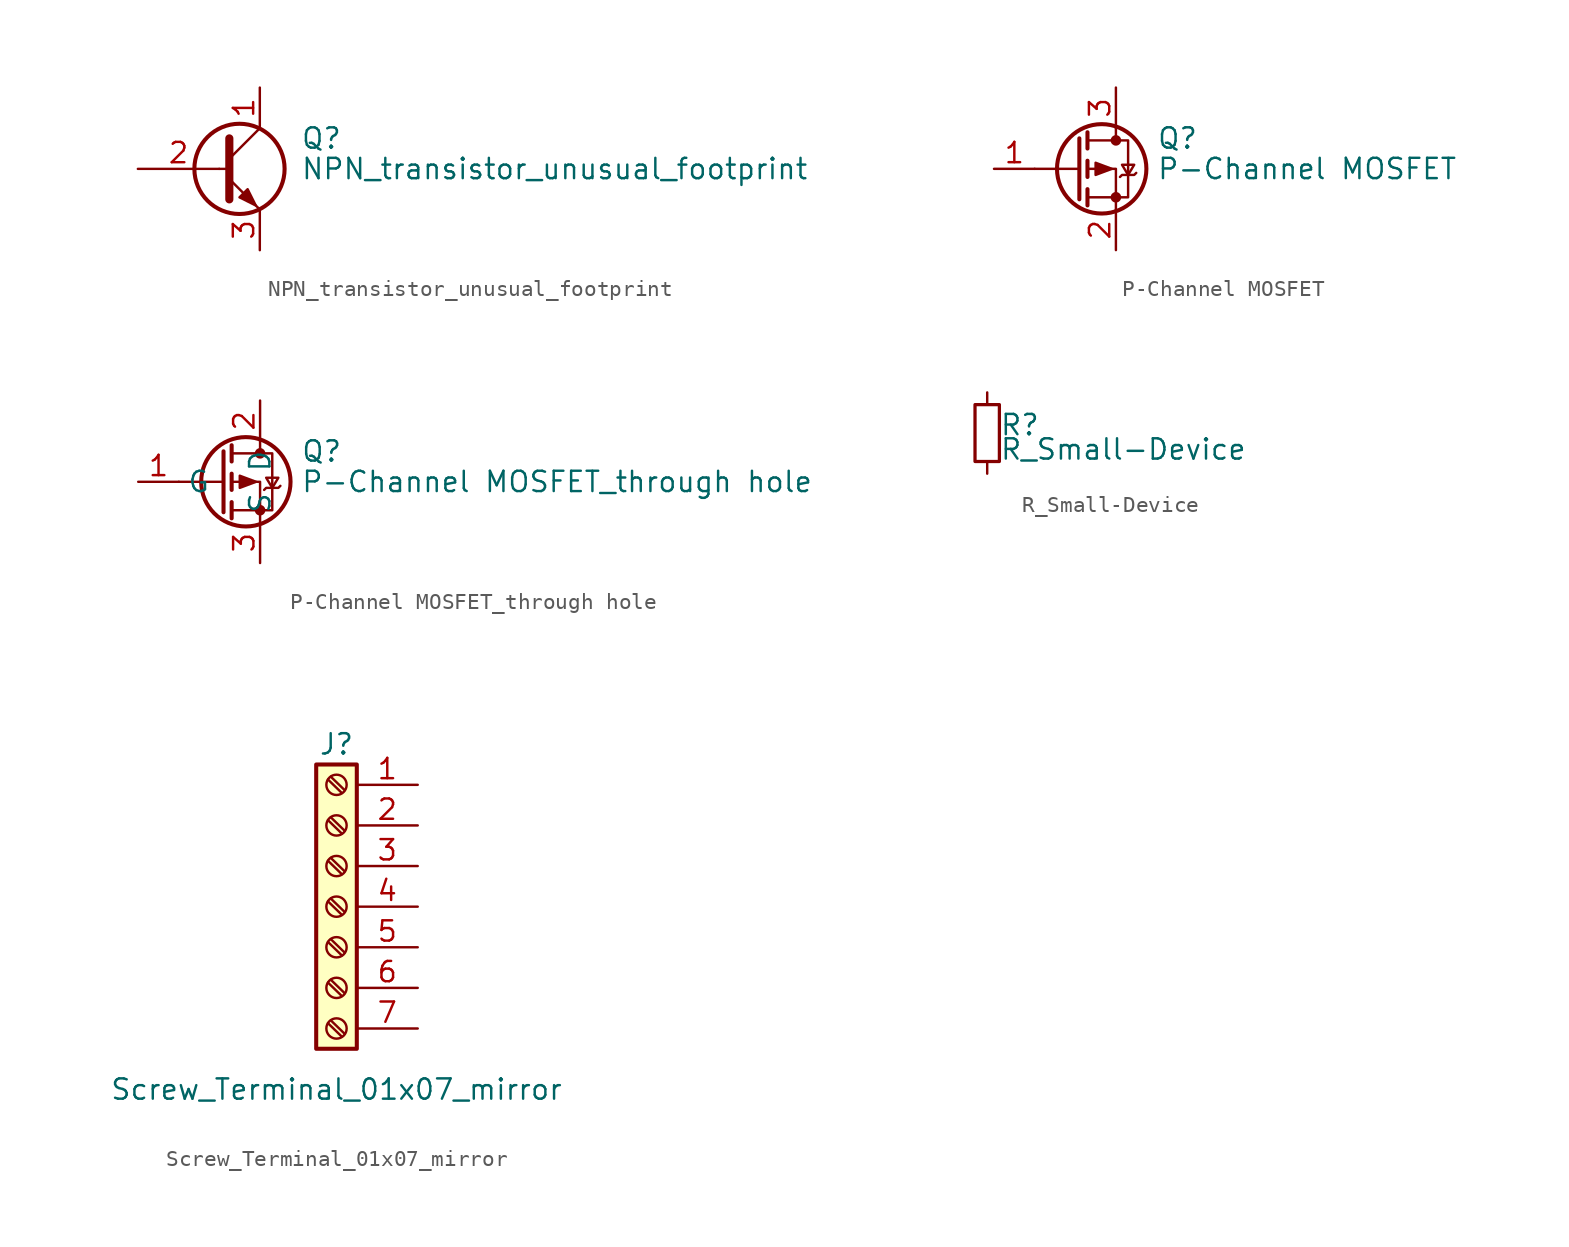
<source format=kicad_sym>
(kicad_symbol_lib
  (version 20211014)
  (generator kicad_symbol_editor)
  (symbol "NPN_transistor_unusual_footprint"
    (pin_names
      (offset 0) hide)
    (property "Reference" "Q"
      (at 5.08 1.905 0)
      (effects (font (size 1.27 1.27)) (justify left)))
    (property "Value" "NPN_transistor_unusual_footprint"
      (at 5.08 0 0)
      (effects (font (size 1.27 1.27)) (justify left)))
    (symbol "NPN_transistor_unusual_footprint_0_1"
      (polyline (pts (xy 0 0) (xy 0.635 0)) (stroke (width 0) (type default) (color 0 0 0 0)) (fill (type none)))
      (polyline (pts (xy 0.635 0.635) (xy 2.54 2.54)) (stroke (width 0) (type default) (color 0 0 0 0)) (fill (type none)))
      (polyline (pts (xy 0.635 -0.635) (xy 2.54 -2.54) (xy 2.54 -2.54)) (stroke (width 0) (type default) (color 0 0 0 0)) (fill (type none)))
      (polyline (pts (xy 0.635 1.905) (xy 0.635 -1.905) (xy 0.635 -1.905)) (stroke (width 0.508) (type default) (color 0 0 0 0)) (fill (type none)))
      (polyline (pts (xy 1.27 -1.778) (xy 1.778 -1.27) (xy 2.286 -2.286) (xy 1.27 -1.778) (xy 1.27 -1.778)) (stroke (width 0) (type default) (color 0 0 0 0)) (fill (type outline)))
      (circle (center 1.27 0) (radius 2.819) (stroke (width 0.254) (type default) (color 0 0 0 0)) (fill (type none))))
    (symbol "NPN_transistor_unusual_footprint_1_1"
      (pin passive line (at 2.54 5.08 270) (length 2.54) (name "C" (effects (font (size 1.27 1.27)))) (number "1" (effects (font (size 1.27 1.27)))))
      (pin input line (at -5.08 0 0) (length 5.08) (name "B" (effects (font (size 1.27 1.27)))) (number "2" (effects (font (size 1.27 1.27)))))
      (pin passive line (at 2.54 -5.08 90) (length 2.54) (name "E" (effects (font (size 1.27 1.27)))) (number "3" (effects (font (size 1.27 1.27)))))))
  (symbol "P-Channel MOSFET"
    (pin_names hide)
    (property "Reference" "Q"
      (at 5.08 1.905 0)
      (effects (font (size 1.27 1.27)) (justify left)))
    (property "Value" "P-Channel MOSFET"
      (at 5.08 0 0)
      (effects (font (size 1.27 1.27)) (justify left)))
    (symbol "P-Channel MOSFET_0_1"
      (polyline (pts (xy 0.254 0) (xy -2.54 0)) (stroke (width 0) (type default) (color 0 0 0 0)) (fill (type none)))
      (polyline (pts (xy 0.254 1.905) (xy 0.254 -1.905)) (stroke (width 0.254) (type default) (color 0 0 0 0)) (fill (type none)))
      (polyline (pts (xy 0.762 -1.27) (xy 0.762 -2.286)) (stroke (width 0.254) (type default) (color 0 0 0 0)) (fill (type none)))
      (polyline (pts (xy 0.762 0.508) (xy 0.762 -0.508)) (stroke (width 0.254) (type default) (color 0 0 0 0)) (fill (type none)))
      (polyline (pts (xy 0.762 2.286) (xy 0.762 1.27)) (stroke (width 0.254) (type default) (color 0 0 0 0)) (fill (type none)))
      (polyline (pts (xy 2.54 2.54) (xy 2.54 1.778)) (stroke (width 0) (type default) (color 0 0 0 0)) (fill (type none)))
      (polyline (pts (xy 2.54 -2.54) (xy 2.54 0) (xy 0.762 0)) (stroke (width 0) (type default) (color 0 0 0 0)) (fill (type none)))
      (polyline (pts (xy 0.762 1.778) (xy 3.302 1.778) (xy 3.302 -1.778) (xy 0.762 -1.778)) (stroke (width 0) (type default) (color 0 0 0 0)) (fill (type none)))
      (polyline (pts (xy 2.286 0) (xy 1.27 0.381) (xy 1.27 -0.381) (xy 2.286 0)) (stroke (width 0) (type default) (color 0 0 0 0)) (fill (type outline)))
      (polyline (pts (xy 2.794 -0.508) (xy 2.921 -0.381) (xy 3.683 -0.381) (xy 3.81 -0.254)) (stroke (width 0) (type default) (color 0 0 0 0)) (fill (type none)))
      (polyline (pts (xy 3.302 -0.381) (xy 2.921 0.254) (xy 3.683 0.254) (xy 3.302 -0.381)) (stroke (width 0) (type default) (color 0 0 0 0)) (fill (type none)))
      (circle (center 1.651 0) (radius 2.794) (stroke (width 0.254) (type default) (color 0 0 0 0)) (fill (type none)))
      (circle (center 2.54 -1.778) (radius 0.254) (stroke (width 0) (type default) (color 0 0 0 0)) (fill (type outline)))
      (circle (center 2.54 1.778) (radius 0.254) (stroke (width 0) (type default) (color 0 0 0 0)) (fill (type outline))))
    (symbol "P-Channel MOSFET_1_1"
      (pin input line (at -5.08 0 0) (length 2.54) (name "G" (effects (font (size 1.27 1.27)))) (number "1" (effects (font (size 1.27 1.27)))))
      (pin passive line (at 2.54 -5.08 90) (length 2.54) (name "S" (effects (font (size 1.27 1.27)))) (number "2" (effects (font (size 1.27 1.27)))))
      (pin passive line (at 2.54 5.08 270) (length 2.54) (name "D" (effects (font (size 1.27 1.27)))) (number "3" (effects (font (size 1.27 1.27)))))))
  (symbol "P-Channel MOSFET_through hole"
    (property "Reference" "Q"
      (at 5.08 1.905 0)
      (effects (font (size 1.27 1.27)) (justify left)))
    (property "Value" "P-Channel MOSFET_through hole"
      (at 5.08 0 0)
      (effects (font (size 1.27 1.27)) (justify left)))
    (symbol "P-Channel MOSFET_through hole_0_1"
      (polyline (pts (xy 0.254 0) (xy -2.54 0)) (stroke (width 0) (type default) (color 0 0 0 0)) (fill (type none)))
      (polyline (pts (xy 0.254 1.905) (xy 0.254 -1.905)) (stroke (width 0.254) (type default) (color 0 0 0 0)) (fill (type none)))
      (polyline (pts (xy 0.762 -1.27) (xy 0.762 -2.286)) (stroke (width 0.254) (type default) (color 0 0 0 0)) (fill (type none)))
      (polyline (pts (xy 0.762 0.508) (xy 0.762 -0.508)) (stroke (width 0.254) (type default) (color 0 0 0 0)) (fill (type none)))
      (polyline (pts (xy 0.762 2.286) (xy 0.762 1.27)) (stroke (width 0.254) (type default) (color 0 0 0 0)) (fill (type none)))
      (polyline (pts (xy 2.54 2.54) (xy 2.54 1.778)) (stroke (width 0) (type default) (color 0 0 0 0)) (fill (type none)))
      (polyline (pts (xy 2.54 -2.54) (xy 2.54 0) (xy 0.762 0)) (stroke (width 0) (type default) (color 0 0 0 0)) (fill (type none)))
      (polyline (pts (xy 0.762 1.778) (xy 3.302 1.778) (xy 3.302 -1.778) (xy 0.762 -1.778)) (stroke (width 0) (type default) (color 0 0 0 0)) (fill (type none)))
      (polyline (pts (xy 2.286 0) (xy 1.27 0.381) (xy 1.27 -0.381) (xy 2.286 0)) (stroke (width 0) (type default) (color 0 0 0 0)) (fill (type outline)))
      (polyline (pts (xy 2.794 -0.508) (xy 2.921 -0.381) (xy 3.683 -0.381) (xy 3.81 -0.254)) (stroke (width 0) (type default) (color 0 0 0 0)) (fill (type none)))
      (polyline (pts (xy 3.302 -0.381) (xy 2.921 0.254) (xy 3.683 0.254) (xy 3.302 -0.381)) (stroke (width 0) (type default) (color 0 0 0 0)) (fill (type none)))
      (circle (center 1.651 0) (radius 2.794) (stroke (width 0.254) (type default) (color 0 0 0 0)) (fill (type none)))
      (circle (center 2.54 -1.778) (radius 0.254) (stroke (width 0) (type default) (color 0 0 0 0)) (fill (type outline)))
      (circle (center 2.54 1.778) (radius 0.254) (stroke (width 0) (type default) (color 0 0 0 0)) (fill (type outline))))
    (symbol "P-Channel MOSFET_through hole_1_1"
      (pin input line (at -5.08 0 0) (length 2.54) (name "G" (effects (font (size 1.27 1.27)))) (number "1" (effects (font (size 1.27 1.27)))))
      (pin passive line (at 2.54 5.08 270) (length 2.54) (name "D" (effects (font (size 1.27 1.27)))) (number "2" (effects (font (size 1.27 1.27)))))
      (pin passive line (at 2.54 -5.08 90) (length 2.54) (name "S" (effects (font (size 1.27 1.27)))) (number "3" (effects (font (size 1.27 1.27)))))))
  (symbol "R_Small-Device"
    (pin_numbers hide)
    (pin_names
      (offset 0.254) hide)
    (property "Reference" "R"
      (at 0.762 0.508 0)
      (effects (font (size 1.27 1.27)) (justify left)))
    (property "Value" "R_Small-Device"
      (at 0.762 -1.016 0)
      (effects (font (size 1.27 1.27)) (justify left)))
    (symbol "R_Small-Device_0_1"
      (rectangle (start -0.762 1.778) (end 0.762 -1.778) (stroke (width 0.203) (type default) (color 0 0 0 0)) (fill (type none))))
    (symbol "R_Small-Device_1_1"
      (pin passive line (at 0 2.54 270) (length 0.762) (name "~" (effects (font (size 1.27 1.27)))) (number "1" (effects (font (size 1.27 1.27)))))
      (pin passive line (at 0 -2.54 90) (length 0.762) (name "~" (effects (font (size 1.27 1.27)))) (number "2" (effects (font (size 1.27 1.27)))))))
  (symbol "Screw_Terminal_01x07_mirror"
    (pin_names
      (offset 1.016) hide)
    (property "Reference" "J"
      (at 0 10.16 0)
      (effects (font (size 1.27 1.27))))
    (property "Value" "Screw_Terminal_01x07_mirror"
      (at 0 -11.43 0)
      (effects (font (size 1.27 1.27))))
    (symbol "Screw_Terminal_01x07_mirror_1_1"
      (rectangle (start -1.27 8.89) (end 1.27 -8.89) (stroke (width 0.254) (type default) (color 0 0 0 0)) (fill (type background)))
      (circle (center 0 -7.62) (radius 0.635) (stroke (width 0.152) (type default) (color 0 0 0 0)) (fill (type none)))
      (circle (center 0 -5.08) (radius 0.635) (stroke (width 0.152) (type default) (color 0 0 0 0)) (fill (type none)))
      (circle (center 0 -2.54) (radius 0.635) (stroke (width 0.152) (type default) (color 0 0 0 0)) (fill (type none)))
      (polyline (pts (xy -0.533 -7.29) (xy 0.33 -8.128)) (stroke (width 0.152) (type default) (color 0 0 0 0)) (fill (type none)))
      (polyline (pts (xy -0.533 -4.75) (xy 0.33 -5.588)) (stroke (width 0.152) (type default) (color 0 0 0 0)) (fill (type none)))
      (polyline (pts (xy -0.533 -2.21) (xy 0.33 -3.048)) (stroke (width 0.152) (type default) (color 0 0 0 0)) (fill (type none)))
      (polyline (pts (xy -0.533 0.33) (xy 0.33 -0.508)) (stroke (width 0.152) (type default) (color 0 0 0 0)) (fill (type none)))
      (polyline (pts (xy -0.533 2.87) (xy 0.33 2.032)) (stroke (width 0.152) (type default) (color 0 0 0 0)) (fill (type none)))
      (polyline (pts (xy -0.533 5.41) (xy 0.33 4.572)) (stroke (width 0.152) (type default) (color 0 0 0 0)) (fill (type none)))
      (polyline (pts (xy -0.533 7.95) (xy 0.33 7.112)) (stroke (width 0.152) (type default) (color 0 0 0 0)) (fill (type none)))
      (polyline (pts (xy -0.356 -7.112) (xy 0.508 -7.95)) (stroke (width 0.152) (type default) (color 0 0 0 0)) (fill (type none)))
      (polyline (pts (xy -0.356 -4.572) (xy 0.508 -5.41)) (stroke (width 0.152) (type default) (color 0 0 0 0)) (fill (type none)))
      (polyline (pts (xy -0.356 -2.032) (xy 0.508 -2.87)) (stroke (width 0.152) (type default) (color 0 0 0 0)) (fill (type none)))
      (polyline (pts (xy -0.356 0.508) (xy 0.508 -0.33)) (stroke (width 0.152) (type default) (color 0 0 0 0)) (fill (type none)))
      (polyline (pts (xy -0.356 3.048) (xy 0.508 2.21)) (stroke (width 0.152) (type default) (color 0 0 0 0)) (fill (type none)))
      (polyline (pts (xy -0.356 5.588) (xy 0.508 4.75)) (stroke (width 0.152) (type default) (color 0 0 0 0)) (fill (type none)))
      (polyline (pts (xy -0.356 8.128) (xy 0.508 7.29)) (stroke (width 0.152) (type default) (color 0 0 0 0)) (fill (type none)))
      (circle (center 0 0) (radius 0.635) (stroke (width 0.152) (type default) (color 0 0 0 0)) (fill (type none)))
      (circle (center 0 2.54) (radius 0.635) (stroke (width 0.152) (type default) (color 0 0 0 0)) (fill (type none)))
      (circle (center 0 5.08) (radius 0.635) (stroke (width 0.152) (type default) (color 0 0 0 0)) (fill (type none)))
      (circle (center 0 7.62) (radius 0.635) (stroke (width 0.152) (type default) (color 0 0 0 0)) (fill (type none)))
      (pin passive line (at 5.08 7.62 180) (length 3.81) (name "Pin_1" (effects (font (size 1.27 1.27)))) (number "1" (effects (font (size 1.27 1.27)))))
      (pin passive line (at 5.08 5.08 180) (length 3.81) (name "Pin_2" (effects (font (size 1.27 1.27)))) (number "2" (effects (font (size 1.27 1.27)))))
      (pin passive line (at 5.08 2.54 180) (length 3.81) (name "Pin_3" (effects (font (size 1.27 1.27)))) (number "3" (effects (font (size 1.27 1.27)))))
      (pin passive line (at 5.08 0 180) (length 3.81) (name "Pin_4" (effects (font (size 1.27 1.27)))) (number "4" (effects (font (size 1.27 1.27)))))
      (pin passive line (at 5.08 -2.54 180) (length 3.81) (name "Pin_5" (effects (font (size 1.27 1.27)))) (number "5" (effects (font (size 1.27 1.27)))))
      (pin passive line (at 5.08 -5.08 180) (length 3.81) (name "Pin_6" (effects (font (size 1.27 1.27)))) (number "6" (effects (font (size 1.27 1.27)))))
      (pin passive line (at 5.08 -7.62 180) (length 3.81) (name "Pin_7" (effects (font (size 1.27 1.27)))) (number "7" (effects (font (size 1.27 1.27))))))))
</source>
